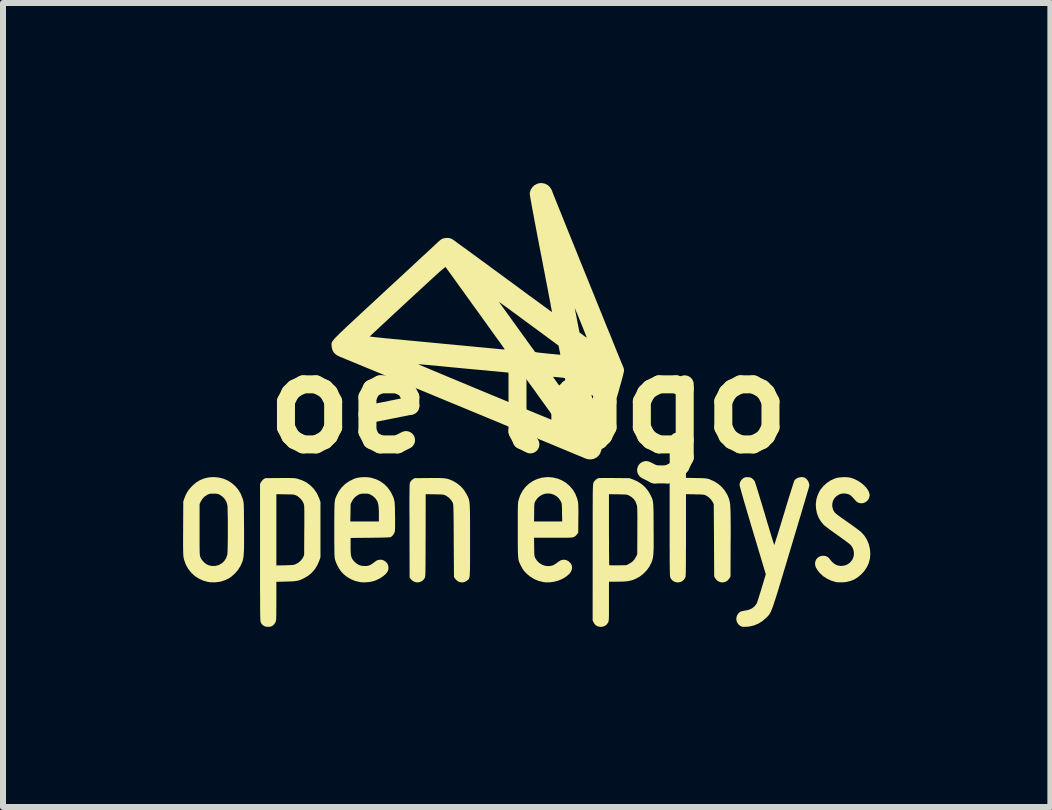
<source format=kicad_pcb>
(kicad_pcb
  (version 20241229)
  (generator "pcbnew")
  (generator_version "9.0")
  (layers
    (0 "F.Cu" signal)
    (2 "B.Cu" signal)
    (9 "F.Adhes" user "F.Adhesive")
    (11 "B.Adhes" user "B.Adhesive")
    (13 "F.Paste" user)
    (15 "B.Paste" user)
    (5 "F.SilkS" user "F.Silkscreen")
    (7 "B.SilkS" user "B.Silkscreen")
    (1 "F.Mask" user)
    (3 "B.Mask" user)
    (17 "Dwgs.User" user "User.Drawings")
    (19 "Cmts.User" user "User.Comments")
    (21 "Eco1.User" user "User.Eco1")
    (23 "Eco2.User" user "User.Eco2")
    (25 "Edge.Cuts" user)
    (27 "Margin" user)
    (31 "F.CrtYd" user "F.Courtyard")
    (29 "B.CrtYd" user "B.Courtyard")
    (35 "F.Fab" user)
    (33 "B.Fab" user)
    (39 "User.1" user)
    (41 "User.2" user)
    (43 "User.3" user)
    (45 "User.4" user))
  (footprint "oe logo"
    (layer "F.Cu")
    (at 5.75 3.675)
    (property "Reference" "oe logo" (at 0 0 0) (layer "F.SilkS") (effects (font (size 1.5 1.5) (thickness 0.3))))
    (attr board_only exclude_from_pos_files exclude_from_bom)
    (fp_poly (pts (xy -3.982 1.238) (xy -3.948 1.239) (xy -3.921 1.24) (xy -3.899 1.241) (xy -3.881 1.243) (xy -3.864 1.246) (xy -3.847 1.25) (xy -3.844 1.251) (xy -3.765 1.277) (xy -3.692 1.314) (xy -3.627 1.363) (xy -3.57 1.422) (xy -3.523 1.489) (xy -3.487 1.566) (xy -3.48 1.582) (xy -3.461 1.638) (xy -3.461 2.098) (xy -3.461 2.558) (xy -3.477 2.607) (xy -3.511 2.687) (xy -3.555 2.758) (xy -3.609 2.82) (xy -3.674 2.872) (xy -3.74 2.91) (xy -3.771 2.925) (xy -3.799 2.937) (xy -3.827 2.946) (xy -3.856 2.952) (xy -3.889 2.957) (xy -3.928 2.96) (xy -3.977 2.962) (xy -4.037 2.964) (xy -4.038 2.964) (xy -4.196 2.968) (xy -4.196 3.289) (xy -4.196 3.365) (xy -4.197 3.428) (xy -4.197 3.48) (xy -4.197 3.522) (xy -4.198 3.554) (xy -4.199 3.58) (xy -4.2 3.599) (xy -4.202 3.613) (xy -4.204 3.624) (xy -4.207 3.632) (xy -4.209 3.639) (xy -4.23 3.671) (xy -4.256 3.697) (xy -4.282 3.711) (xy -4.308 3.717) (xy -4.34 3.718) (xy -4.371 3.715) (xy -4.395 3.707) (xy -4.395 3.707) (xy -4.423 3.689) (xy -4.442 3.669) (xy -4.455 3.645) (xy -4.457 3.641) (xy -4.458 3.636) (xy -4.459 3.63) (xy -4.461 3.621) (xy -4.462 3.609) (xy -4.463 3.594) (xy -4.464 3.575) (xy -4.464 3.55) (xy -4.465 3.521) (xy -4.466 3.485) (xy -4.466 3.442) (xy -4.467 3.392) (xy -4.467 3.334) (xy -4.467 3.268) (xy -4.467 3.192) (xy -4.468 3.106) (xy -4.468 3.009) (xy -4.468 2.901) (xy -4.468 2.781) (xy -4.468 2.649) (xy -4.468 2.503) (xy -4.468 2.478) (xy -4.468 2.102) (xy -4.196 2.102) (xy -4.196 2.695) (xy -4.055 2.693) (xy -4.006 2.691) (xy -3.968 2.69) (xy -3.939 2.688) (xy -3.918 2.686) (xy -3.9 2.683) (xy -3.885 2.678) (xy -3.874 2.674) (xy -3.832 2.651) (xy -3.794 2.619) (xy -3.762 2.58) (xy -3.75 2.558) (xy -3.733 2.523) (xy -3.731 2.111) (xy -3.73 2.025) (xy -3.73 1.952) (xy -3.73 1.89) (xy -3.73 1.839) (xy -3.73 1.797) (xy -3.731 1.763) (xy -3.731 1.736) (xy -3.732 1.716) (xy -3.734 1.7) (xy -3.735 1.687) (xy -3.738 1.677) (xy -3.74 1.669) (xy -3.743 1.66) (xy -3.743 1.66) (xy -3.766 1.617) (xy -3.799 1.577) (xy -3.838 1.545) (xy -3.86 1.532) (xy -3.874 1.526) (xy -3.886 1.521) (xy -3.899 1.517) (xy -3.915 1.515) (xy -3.937 1.513) (xy -3.966 1.512) (xy -4.005 1.511) (xy -4.048 1.51) (xy -4.196 1.508) (xy -4.196 2.102) (xy -4.468 2.102) (xy -4.468 1.339) (xy -4.453 1.309) (xy -4.433 1.28) (xy -4.41 1.259) (xy -4.382 1.241) (xy -4.143 1.239) (xy -4.077 1.238) (xy -4.024 1.238)) (stroke (width 0) (type solid)) (fill yes) (layer "F.SilkS"))
    (fp_poly (pts (xy 5.311 1.225) (xy 5.356 1.231) (xy 5.367 1.233) (xy 5.425 1.252) (xy 5.481 1.279) (xy 5.534 1.311) (xy 5.581 1.348) (xy 5.621 1.388) (xy 5.654 1.43) (xy 5.676 1.472) (xy 5.687 1.512) (xy 5.688 1.527) (xy 5.681 1.565) (xy 5.665 1.599) (xy 5.64 1.626) (xy 5.61 1.646) (xy 5.575 1.658) (xy 5.539 1.66) (xy 5.504 1.652) (xy 5.472 1.634) (xy 5.46 1.622) (xy 5.428 1.586) (xy 5.403 1.559) (xy 5.384 1.54) (xy 5.368 1.527) (xy 5.355 1.518) (xy 5.342 1.512) (xy 5.327 1.507) (xy 5.326 1.506) (xy 5.271 1.496) (xy 5.222 1.499) (xy 5.182 1.512) (xy 5.137 1.539) (xy 5.102 1.575) (xy 5.078 1.617) (xy 5.066 1.663) (xy 5.065 1.712) (xy 5.077 1.76) (xy 5.084 1.776) (xy 5.09 1.788) (xy 5.096 1.798) (xy 5.104 1.809) (xy 5.114 1.82) (xy 5.127 1.832) (xy 5.146 1.847) (xy 5.17 1.866) (xy 5.202 1.889) (xy 5.241 1.917) (xy 5.29 1.951) (xy 5.346 1.99) (xy 5.391 2.022) (xy 5.434 2.053) (xy 5.473 2.082) (xy 5.507 2.107) (xy 5.533 2.128) (xy 5.549 2.142) (xy 5.55 2.142) (xy 5.602 2.201) (xy 5.643 2.267) (xy 5.674 2.341) (xy 5.693 2.421) (xy 5.699 2.501) (xy 5.693 2.58) (xy 5.673 2.656) (xy 5.64 2.727) (xy 5.595 2.793) (xy 5.553 2.839) (xy 5.492 2.891) (xy 5.429 2.93) (xy 5.363 2.956) (xy 5.29 2.972) (xy 5.235 2.977) (xy 5.2 2.977) (xy 5.168 2.976) (xy 5.141 2.974) (xy 5.131 2.973) (xy 5.052 2.95) (xy 4.979 2.916) (xy 4.913 2.873) (xy 4.856 2.82) (xy 4.817 2.771) (xy 4.791 2.726) (xy 4.779 2.684) (xy 4.779 2.645) (xy 4.792 2.606) (xy 4.797 2.596) (xy 4.82 2.568) (xy 4.851 2.548) (xy 4.886 2.536) (xy 4.924 2.534) (xy 4.96 2.54) (xy 4.992 2.556) (xy 5.014 2.577) (xy 5.051 2.624) (xy 5.087 2.658) (xy 5.122 2.682) (xy 5.159 2.696) (xy 5.2 2.703) (xy 5.217 2.703) (xy 5.27 2.697) (xy 5.318 2.678) (xy 5.36 2.648) (xy 5.394 2.607) (xy 5.407 2.584) (xy 5.423 2.537) (xy 5.426 2.487) (xy 5.418 2.437) (xy 5.399 2.391) (xy 5.369 2.351) (xy 5.365 2.348) (xy 5.352 2.337) (xy 5.33 2.319) (xy 5.299 2.296) (xy 5.261 2.268) (xy 5.219 2.238) (xy 5.173 2.205) (xy 5.145 2.185) (xy 5.098 2.152) (xy 5.053 2.119) (xy 5.012 2.089) (xy 4.977 2.062) (xy 4.949 2.04) (xy 4.929 2.025) (xy 4.923 2.019) (xy 4.874 1.96) (xy 4.836 1.895) (xy 4.81 1.825) (xy 4.795 1.751) (xy 4.791 1.676) (xy 4.799 1.601) (xy 4.82 1.528) (xy 4.852 1.459) (xy 4.865 1.438) (xy 4.914 1.376) (xy 4.973 1.322) (xy 5.039 1.278) (xy 5.111 1.245) (xy 5.116 1.244) (xy 5.157 1.233) (xy 5.207 1.227) (xy 5.26 1.224)) (stroke (width 0) (type solid)) (fill yes) (layer "F.SilkS"))
    (fp_poly (pts (xy -5.158 1.23) (xy -5.08 1.249) (xy -5.006 1.28) (xy -4.939 1.323) (xy -4.879 1.375) (xy -4.828 1.437) (xy -4.787 1.507) (xy -4.756 1.585) (xy -4.752 1.599) (xy -4.749 1.61) (xy -4.746 1.622) (xy -4.744 1.635) (xy -4.742 1.651) (xy -4.74 1.669) (xy -4.739 1.693) (xy -4.738 1.723) (xy -4.737 1.76) (xy -4.736 1.805) (xy -4.736 1.86) (xy -4.735 1.926) (xy -4.735 2.004) (xy -4.734 2.056) (xy -4.734 2.153) (xy -4.734 2.236) (xy -4.734 2.308) (xy -4.734 2.37) (xy -4.735 2.422) (xy -4.737 2.466) (xy -4.739 2.503) (xy -4.742 2.535) (xy -4.745 2.562) (xy -4.749 2.585) (xy -4.754 2.606) (xy -4.76 2.626) (xy -4.765 2.64) (xy -4.795 2.706) (xy -4.836 2.771) (xy -4.886 2.829) (xy -4.942 2.879) (xy -4.985 2.909) (xy -5.058 2.944) (xy -5.136 2.967) (xy -5.217 2.977) (xy -5.299 2.975) (xy -5.336 2.97) (xy -5.415 2.948) (xy -5.489 2.914) (xy -5.556 2.87) (xy -5.615 2.815) (xy -5.665 2.752) (xy -5.704 2.682) (xy -5.732 2.604) (xy -5.74 2.572) (xy -5.742 2.559) (xy -5.744 2.544) (xy -5.746 2.527) (xy -5.747 2.505) (xy -5.748 2.479) (xy -5.749 2.446) (xy -5.749 2.406) (xy -5.75 2.357) (xy -5.75 2.299) (xy -5.75 2.229) (xy -5.749 2.148) (xy -5.749 2.073) (xy -5.747 1.673) (xy -5.475 1.673) (xy -5.475 2.098) (xy -5.475 2.186) (xy -5.475 2.261) (xy -5.475 2.324) (xy -5.475 2.377) (xy -5.474 2.42) (xy -5.474 2.455) (xy -5.473 2.483) (xy -5.472 2.505) (xy -5.47 2.521) (xy -5.468 2.534) (xy -5.466 2.544) (xy -5.464 2.552) (xy -5.462 2.558) (xy -5.446 2.588) (xy -5.422 2.62) (xy -5.393 2.65) (xy -5.365 2.672) (xy -5.364 2.673) (xy -5.318 2.694) (xy -5.267 2.704) (xy -5.214 2.703) (xy -5.163 2.691) (xy -5.147 2.684) (xy -5.098 2.655) (xy -5.059 2.615) (xy -5.03 2.567) (xy -5.013 2.512) (xy -5.012 2.51) (xy -5.011 2.494) (xy -5.009 2.465) (xy -5.008 2.426) (xy -5.007 2.379) (xy -5.006 2.323) (xy -5.005 2.262) (xy -5.005 2.197) (xy -5.005 2.13) (xy -5.005 2.062) (xy -5.005 1.995) (xy -5.005 1.931) (xy -5.006 1.871) (xy -5.007 1.817) (xy -5.008 1.77) (xy -5.009 1.733) (xy -5.01 1.707) (xy -5.011 1.695) (xy -5.027 1.638) (xy -5.055 1.589) (xy -5.094 1.548) (xy -5.14 1.517) (xy -5.159 1.508) (xy -5.177 1.503) (xy -5.197 1.5) (xy -5.226 1.499) (xy -5.242 1.499) (xy -5.275 1.499) (xy -5.299 1.501) (xy -5.318 1.506) (xy -5.338 1.513) (xy -5.347 1.518) (xy -5.393 1.548) (xy -5.431 1.59) (xy -5.457 1.634) (xy -5.475 1.673) (xy -5.747 1.673) (xy -5.747 1.631) (xy -5.728 1.575) (xy -5.703 1.514) (xy -5.673 1.46) (xy -5.633 1.408) (xy -5.597 1.369) (xy -5.535 1.315) (xy -5.469 1.274) (xy -5.397 1.245) (xy -5.32 1.228) (xy -5.241 1.223)) (stroke (width 0) (type solid)) (fill yes) (layer "F.SilkS"))
    (fp_poly (pts (xy -1.522 1.238) (xy -1.471 1.239) (xy -1.43 1.241) (xy -1.395 1.244) (xy -1.365 1.248) (xy -1.338 1.254) (xy -1.314 1.262) (xy -1.289 1.272) (xy -1.262 1.284) (xy -1.258 1.286) (xy -1.186 1.327) (xy -1.122 1.379) (xy -1.068 1.441) (xy -1.024 1.513) (xy -1.021 1.52) (xy -1.012 1.537) (xy -1.004 1.553) (xy -0.998 1.568) (xy -0.992 1.583) (xy -0.987 1.6) (xy -0.983 1.619) (xy -0.979 1.641) (xy -0.977 1.667) (xy -0.974 1.698) (xy -0.973 1.735) (xy -0.971 1.78) (xy -0.97 1.832) (xy -0.97 1.893) (xy -0.969 1.964) (xy -0.969 2.045) (xy -0.969 2.139) (xy -0.969 2.245) (xy -0.969 2.278) (xy -0.969 2.385) (xy -0.969 2.48) (xy -0.969 2.562) (xy -0.969 2.634) (xy -0.97 2.694) (xy -0.97 2.746) (xy -0.971 2.788) (xy -0.973 2.823) (xy -0.974 2.852) (xy -0.976 2.874) (xy -0.979 2.891) (xy -0.983 2.905) (xy -0.987 2.915) (xy -0.991 2.923) (xy -0.997 2.929) (xy -1.003 2.935) (xy -1.011 2.941) (xy -1.013 2.943) (xy -1.049 2.966) (xy -1.088 2.978) (xy -1.128 2.976) (xy -1.166 2.963) (xy -1.199 2.938) (xy -1.219 2.915) (xy -1.237 2.887) (xy -1.241 2.283) (xy -1.241 2.178) (xy -1.242 2.085) (xy -1.242 2.005) (xy -1.243 1.936) (xy -1.244 1.877) (xy -1.244 1.827) (xy -1.245 1.786) (xy -1.246 1.753) (xy -1.247 1.726) (xy -1.248 1.705) (xy -1.249 1.689) (xy -1.251 1.676) (xy -1.252 1.667) (xy -1.254 1.659) (xy -1.257 1.653) (xy -1.259 1.647) (xy -1.259 1.647) (xy -1.285 1.605) (xy -1.321 1.567) (xy -1.362 1.537) (xy -1.372 1.532) (xy -1.386 1.525) (xy -1.398 1.521) (xy -1.411 1.517) (xy -1.427 1.515) (xy -1.449 1.513) (xy -1.479 1.512) (xy -1.518 1.511) (xy -1.56 1.51) (xy -1.708 1.508) (xy -1.709 2.193) (xy -1.71 2.306) (xy -1.71 2.406) (xy -1.71 2.494) (xy -1.711 2.57) (xy -1.711 2.635) (xy -1.711 2.691) (xy -1.712 2.738) (xy -1.712 2.777) (xy -1.713 2.809) (xy -1.714 2.835) (xy -1.715 2.855) (xy -1.716 2.87) (xy -1.718 2.881) (xy -1.719 2.89) (xy -1.721 2.897) (xy -1.723 2.902) (xy -1.726 2.906) (xy -1.726 2.907) (xy -1.75 2.94) (xy -1.783 2.963) (xy -1.821 2.976) (xy -1.861 2.977) (xy -1.901 2.966) (xy -1.906 2.963) (xy -1.932 2.946) (xy -1.953 2.926) (xy -1.959 2.919) (xy -1.976 2.894) (xy -1.978 2.114) (xy -1.978 1.993) (xy -1.978 1.886) (xy -1.979 1.79) (xy -1.979 1.706) (xy -1.979 1.633) (xy -1.979 1.57) (xy -1.978 1.517) (xy -1.978 1.471) (xy -1.978 1.434) (xy -1.977 1.403) (xy -1.976 1.378) (xy -1.976 1.358) (xy -1.974 1.343) (xy -1.973 1.332) (xy -1.972 1.323) (xy -1.97 1.317) (xy -1.968 1.312) (xy -1.966 1.307) (xy -1.966 1.307) (xy -1.951 1.286) (xy -1.93 1.265) (xy -1.922 1.26) (xy -1.893 1.241) (xy -1.656 1.239) (xy -1.583 1.238)) (stroke (width 0) (type solid)) (fill yes) (layer "F.SilkS"))
    (fp_poly (pts (xy 2.525 0.482) (xy 2.559 0.496) (xy 2.59 0.52) (xy 2.613 0.554) (xy 2.617 0.563) (xy 2.62 0.571) (xy 2.622 0.581) (xy 2.624 0.597) (xy 2.625 0.617) (xy 2.626 0.644) (xy 2.627 0.68) (xy 2.627 0.724) (xy 2.628 0.779) (xy 2.628 0.846) (xy 2.628 0.912) (xy 2.628 1.236) (xy 2.797 1.239) (xy 2.854 1.24) (xy 2.898 1.241) (xy 2.933 1.243) (xy 2.96 1.246) (xy 2.98 1.248) (xy 2.997 1.252) (xy 3.004 1.254) (xy 3.084 1.287) (xy 3.157 1.33) (xy 3.22 1.384) (xy 3.273 1.446) (xy 3.316 1.516) (xy 3.343 1.58) (xy 3.348 1.596) (xy 3.353 1.614) (xy 3.357 1.633) (xy 3.361 1.654) (xy 3.364 1.679) (xy 3.366 1.708) (xy 3.368 1.743) (xy 3.37 1.783) (xy 3.371 1.831) (xy 3.372 1.887) (xy 3.372 1.952) (xy 3.373 2.028) (xy 3.373 2.114) (xy 3.373 2.213) (xy 3.372 2.324) (xy 3.372 2.325) (xy 3.37 2.88) (xy 3.349 2.914) (xy 3.321 2.947) (xy 3.286 2.968) (xy 3.244 2.978) (xy 3.208 2.976) (xy 3.171 2.962) (xy 3.139 2.939) (xy 3.117 2.911) (xy 3.098 2.879) (xy 3.095 2.276) (xy 3.091 1.673) (xy 3.073 1.638) (xy 3.045 1.597) (xy 3.008 1.561) (xy 2.968 1.533) (xy 2.959 1.529) (xy 2.946 1.523) (xy 2.934 1.519) (xy 2.919 1.516) (xy 2.899 1.514) (xy 2.873 1.513) (xy 2.838 1.511) (xy 2.792 1.511) (xy 2.776 1.51) (xy 2.628 1.508) (xy 2.628 2.19) (xy 2.628 2.303) (xy 2.628 2.403) (xy 2.627 2.49) (xy 2.627 2.566) (xy 2.627 2.632) (xy 2.627 2.688) (xy 2.626 2.735) (xy 2.626 2.774) (xy 2.625 2.806) (xy 2.624 2.831) (xy 2.623 2.851) (xy 2.622 2.867) (xy 2.621 2.878) (xy 2.619 2.887) (xy 2.617 2.894) (xy 2.615 2.899) (xy 2.615 2.9) (xy 2.592 2.935) (xy 2.56 2.961) (xy 2.523 2.975) (xy 2.482 2.978) (xy 2.444 2.97) (xy 2.408 2.95) (xy 2.38 2.92) (xy 2.369 2.9) (xy 2.367 2.896) (xy 2.366 2.891) (xy 2.365 2.884) (xy 2.363 2.875) (xy 2.362 2.864) (xy 2.361 2.849) (xy 2.36 2.83) (xy 2.36 2.806) (xy 2.359 2.776) (xy 2.358 2.741) (xy 2.358 2.698) (xy 2.357 2.649) (xy 2.357 2.591) (xy 2.357 2.525) (xy 2.357 2.45) (xy 2.356 2.364) (xy 2.356 2.268) (xy 2.356 2.161) (xy 2.356 2.042) (xy 2.356 1.91) (xy 2.356 1.765) (xy 2.356 1.73) (xy 2.356 1.581) (xy 2.356 1.445) (xy 2.356 1.322) (xy 2.356 1.211) (xy 2.356 1.111) (xy 2.357 1.023) (xy 2.357 0.944) (xy 2.357 0.875) (xy 2.357 0.815) (xy 2.358 0.763) (xy 2.358 0.718) (xy 2.359 0.681) (xy 2.36 0.65) (xy 2.36 0.625) (xy 2.361 0.605) (xy 2.362 0.59) (xy 2.363 0.579) (xy 2.365 0.57) (xy 2.366 0.565) (xy 2.367 0.563) (xy 2.388 0.527) (xy 2.417 0.501) (xy 2.451 0.485) (xy 2.488 0.478)) (stroke (width 0) (type solid)) (fill yes) (layer "F.SilkS"))
    (fp_poly (pts (xy 4.6 1.23) (xy 4.607 1.233) (xy 4.636 1.255) (xy 4.66 1.285) (xy 4.676 1.32) (xy 4.683 1.355) (xy 4.682 1.373) (xy 4.679 1.382) (xy 4.673 1.404) (xy 4.664 1.437) (xy 4.65 1.482) (xy 4.634 1.536) (xy 4.615 1.601) (xy 4.593 1.674) (xy 4.569 1.756) (xy 4.543 1.845) (xy 4.514 1.94) (xy 4.484 2.041) (xy 4.452 2.148) (xy 4.419 2.259) (xy 4.385 2.373) (xy 4.377 2.398) (xy 4.335 2.538) (xy 4.297 2.666) (xy 4.262 2.781) (xy 4.231 2.886) (xy 4.203 2.979) (xy 4.177 3.063) (xy 4.155 3.137) (xy 4.134 3.202) (xy 4.116 3.259) (xy 4.1 3.308) (xy 4.086 3.351) (xy 4.073 3.388) (xy 4.061 3.419) (xy 4.051 3.445) (xy 4.041 3.467) (xy 4.032 3.485) (xy 4.023 3.5) (xy 4.014 3.513) (xy 4.006 3.525) (xy 3.997 3.535) (xy 3.987 3.545) (xy 3.977 3.556) (xy 3.966 3.566) (xy 3.902 3.622) (xy 3.833 3.665) (xy 3.759 3.695) (xy 3.681 3.713) (xy 3.635 3.717) (xy 3.602 3.718) (xy 3.579 3.718) (xy 3.563 3.715) (xy 3.548 3.71) (xy 3.534 3.703) (xy 3.503 3.679) (xy 3.48 3.645) (xy 3.468 3.607) (xy 3.467 3.573) (xy 3.477 3.532) (xy 3.497 3.498) (xy 3.526 3.471) (xy 3.535 3.466) (xy 3.554 3.459) (xy 3.582 3.453) (xy 3.612 3.447) (xy 3.616 3.447) (xy 3.676 3.434) (xy 3.727 3.411) (xy 3.769 3.378) (xy 3.802 3.336) (xy 3.807 3.326) (xy 3.812 3.313) (xy 3.821 3.288) (xy 3.833 3.253) (xy 3.846 3.211) (xy 3.861 3.162) (xy 3.878 3.109) (xy 3.889 3.071) (xy 3.958 2.843) (xy 3.739 2.111) (xy 3.708 2.008) (xy 3.679 1.909) (xy 3.651 1.816) (xy 3.626 1.729) (xy 3.602 1.649) (xy 3.581 1.576) (xy 3.563 1.513) (xy 3.548 1.459) (xy 3.536 1.415) (xy 3.527 1.382) (xy 3.522 1.361) (xy 3.52 1.353) (xy 3.527 1.314) (xy 3.545 1.279) (xy 3.573 1.249) (xy 3.582 1.243) (xy 3.601 1.232) (xy 3.618 1.226) (xy 3.637 1.224) (xy 3.661 1.225) (xy 3.689 1.227) (xy 3.708 1.232) (xy 3.725 1.241) (xy 3.734 1.249) (xy 3.753 1.266) (xy 3.768 1.284) (xy 3.772 1.29) (xy 3.776 1.3) (xy 3.783 1.322) (xy 3.794 1.355) (xy 3.808 1.399) (xy 3.824 1.451) (xy 3.843 1.512) (xy 3.863 1.58) (xy 3.886 1.653) (xy 3.909 1.731) (xy 3.934 1.813) (xy 3.939 1.83) (xy 3.963 1.912) (xy 3.986 1.99) (xy 4.009 2.064) (xy 4.029 2.131) (xy 4.047 2.191) (xy 4.063 2.244) (xy 4.076 2.287) (xy 4.087 2.321) (xy 4.094 2.343) (xy 4.098 2.354) (xy 4.098 2.354) (xy 4.1 2.348) (xy 4.107 2.33) (xy 4.117 2.301) (xy 4.129 2.261) (xy 4.145 2.212) (xy 4.163 2.154) (xy 4.183 2.089) (xy 4.205 2.018) (xy 4.228 1.941) (xy 4.253 1.859) (xy 4.263 1.828) (xy 4.288 1.744) (xy 4.312 1.664) (xy 4.335 1.589) (xy 4.357 1.519) (xy 4.377 1.456) (xy 4.394 1.401) (xy 4.409 1.354) (xy 4.421 1.318) (xy 4.43 1.292) (xy 4.436 1.278) (xy 4.437 1.276) (xy 4.46 1.253) (xy 4.493 1.235) (xy 4.53 1.225) (xy 4.567 1.223)) (stroke (width 0) (type solid)) (fill yes) (layer "F.SilkS"))
    (fp_poly (pts (xy 0.414 1.23) (xy 0.493 1.249) (xy 0.566 1.28) (xy 0.634 1.322) (xy 0.693 1.374) (xy 0.744 1.434) (xy 0.785 1.503) (xy 0.815 1.579) (xy 0.823 1.609) (xy 0.827 1.627) (xy 0.83 1.643) (xy 0.832 1.661) (xy 0.834 1.682) (xy 0.835 1.707) (xy 0.835 1.74) (xy 0.836 1.78) (xy 0.836 1.83) (xy 0.835 1.892) (xy 0.835 1.909) (xy 0.833 2.148) (xy 0.814 2.176) (xy 0.791 2.202) (xy 0.765 2.219) (xy 0.757 2.223) (xy 0.75 2.226) (xy 0.74 2.228) (xy 0.727 2.23) (xy 0.711 2.231) (xy 0.688 2.232) (xy 0.659 2.233) (xy 0.622 2.234) (xy 0.575 2.234) (xy 0.517 2.234) (xy 0.447 2.234) (xy 0.416 2.234) (xy 0.097 2.234) (xy 0.099 2.386) (xy 0.1 2.435) (xy 0.1 2.473) (xy 0.102 2.502) (xy 0.103 2.523) (xy 0.106 2.539) (xy 0.109 2.552) (xy 0.114 2.564) (xy 0.12 2.577) (xy 0.15 2.621) (xy 0.188 2.657) (xy 0.233 2.684) (xy 0.283 2.701) (xy 0.335 2.707) (xy 0.387 2.7) (xy 0.391 2.699) (xy 0.41 2.693) (xy 0.426 2.686) (xy 0.443 2.676) (xy 0.464 2.662) (xy 0.491 2.642) (xy 0.502 2.633) (xy 0.543 2.609) (xy 0.584 2.599) (xy 0.624 2.603) (xy 0.664 2.62) (xy 0.669 2.624) (xy 0.702 2.653) (xy 0.723 2.687) (xy 0.731 2.725) (xy 0.726 2.765) (xy 0.709 2.803) (xy 0.689 2.831) (xy 0.637 2.877) (xy 0.575 2.916) (xy 0.507 2.946) (xy 0.434 2.966) (xy 0.359 2.977) (xy 0.284 2.976) (xy 0.251 2.972) (xy 0.174 2.953) (xy 0.099 2.922) (xy 0.031 2.88) (xy -0.029 2.83) (xy -0.033 2.825) (xy -0.058 2.799) (xy -0.078 2.776) (xy -0.094 2.751) (xy -0.111 2.721) (xy -0.123 2.698) (xy -0.133 2.679) (xy -0.141 2.661) (xy -0.148 2.644) (xy -0.155 2.627) (xy -0.16 2.607) (xy -0.164 2.585) (xy -0.167 2.558) (xy -0.169 2.527) (xy -0.171 2.489) (xy -0.173 2.444) (xy -0.173 2.39) (xy -0.174 2.326) (xy -0.174 2.251) (xy -0.174 2.165) (xy -0.174 2.102) (xy -0.174 2.012) (xy -0.174 1.962) (xy 0.097 1.962) (xy 0.331 1.962) (xy 0.566 1.962) (xy 0.563 1.814) (xy 0.563 1.765) (xy 0.562 1.727) (xy 0.56 1.699) (xy 0.559 1.679) (xy 0.556 1.663) (xy 0.552 1.65) (xy 0.547 1.638) (xy 0.542 1.626) (xy 0.512 1.58) (xy 0.474 1.544) (xy 0.431 1.518) (xy 0.384 1.502) (xy 0.335 1.496) (xy 0.285 1.5) (xy 0.237 1.515) (xy 0.193 1.54) (xy 0.153 1.575) (xy 0.121 1.62) (xy 0.12 1.624) (xy 0.113 1.636) (xy 0.109 1.647) (xy 0.105 1.659) (xy 0.103 1.675) (xy 0.101 1.697) (xy 0.1 1.726) (xy 0.1 1.766) (xy 0.099 1.811) (xy 0.097 1.962) (xy -0.174 1.962) (xy -0.174 1.934) (xy -0.174 1.869) (xy -0.174 1.814) (xy -0.173 1.768) (xy -0.173 1.731) (xy -0.172 1.7) (xy -0.171 1.676) (xy -0.169 1.656) (xy -0.168 1.641) (xy -0.166 1.627) (xy -0.163 1.615) (xy -0.16 1.604) (xy -0.16 1.603) (xy -0.133 1.524) (xy -0.095 1.452) (xy -0.046 1.388) (xy 0.011 1.334) (xy 0.077 1.289) (xy 0.149 1.256) (xy 0.227 1.233) (xy 0.31 1.224) (xy 0.331 1.223)) (stroke (width 0) (type solid)) (fill yes) (layer "F.SilkS"))
    (fp_poly (pts (xy 1.393 1.238) (xy 1.44 1.239) (xy 1.683 1.241) (xy 1.739 1.26) (xy 1.819 1.295) (xy 1.89 1.34) (xy 1.951 1.395) (xy 2.002 1.46) (xy 2.04 1.527) (xy 2.049 1.547) (xy 2.057 1.564) (xy 2.064 1.581) (xy 2.07 1.598) (xy 2.075 1.617) (xy 2.078 1.638) (xy 2.081 1.664) (xy 2.084 1.694) (xy 2.085 1.731) (xy 2.087 1.776) (xy 2.088 1.829) (xy 2.088 1.893) (xy 2.089 1.967) (xy 2.089 2.055) (xy 2.089 2.068) (xy 2.09 2.163) (xy 2.09 2.245) (xy 2.09 2.315) (xy 2.09 2.375) (xy 2.089 2.426) (xy 2.087 2.469) (xy 2.085 2.505) (xy 2.082 2.535) (xy 2.078 2.561) (xy 2.074 2.583) (xy 2.068 2.603) (xy 2.062 2.623) (xy 2.054 2.643) (xy 2.053 2.647) (xy 2.019 2.714) (xy 1.974 2.776) (xy 1.92 2.832) (xy 1.859 2.88) (xy 1.793 2.917) (xy 1.743 2.937) (xy 1.707 2.947) (xy 1.671 2.955) (xy 1.63 2.96) (xy 1.583 2.964) (xy 1.526 2.965) (xy 1.472 2.966) (xy 1.345 2.966) (xy 1.345 3.291) (xy 1.345 3.367) (xy 1.345 3.43) (xy 1.345 3.482) (xy 1.345 3.524) (xy 1.344 3.557) (xy 1.343 3.582) (xy 1.342 3.602) (xy 1.34 3.616) (xy 1.338 3.627) (xy 1.336 3.636) (xy 1.332 3.643) (xy 1.33 3.648) (xy 1.307 3.68) (xy 1.276 3.703) (xy 1.239 3.716) (xy 1.199 3.719) (xy 1.159 3.71) (xy 1.143 3.702) (xy 1.119 3.686) (xy 1.101 3.664) (xy 1.093 3.649) (xy 1.073 3.613) (xy 1.074 2.479) (xy 1.074 2.332) (xy 1.074 2.197) (xy 1.074 2.096) (xy 1.345 2.096) (xy 1.345 2.186) (xy 1.346 2.271) (xy 1.346 2.351) (xy 1.346 2.426) (xy 1.347 2.493) (xy 1.347 2.552) (xy 1.348 2.602) (xy 1.348 2.642) (xy 1.349 2.67) (xy 1.35 2.686) (xy 1.351 2.69) (xy 1.359 2.692) (xy 1.379 2.693) (xy 1.408 2.693) (xy 1.445 2.693) (xy 1.487 2.693) (xy 1.495 2.693) (xy 1.635 2.691) (xy 1.681 2.668) (xy 1.73 2.637) (xy 1.768 2.597) (xy 1.797 2.549) (xy 1.816 2.509) (xy 1.818 2.12) (xy 1.818 2.035) (xy 1.818 1.962) (xy 1.819 1.901) (xy 1.818 1.851) (xy 1.818 1.809) (xy 1.817 1.776) (xy 1.816 1.749) (xy 1.815 1.728) (xy 1.813 1.712) (xy 1.811 1.699) (xy 1.809 1.688) (xy 1.789 1.634) (xy 1.758 1.588) (xy 1.716 1.552) (xy 1.68 1.531) (xy 1.667 1.525) (xy 1.654 1.52) (xy 1.641 1.517) (xy 1.624 1.514) (xy 1.601 1.513) (xy 1.57 1.512) (xy 1.529 1.511) (xy 1.493 1.51) (xy 1.345 1.508) (xy 1.345 2.096) (xy 1.074 2.096) (xy 1.074 2.076) (xy 1.074 1.967) (xy 1.074 1.869) (xy 1.074 1.781) (xy 1.074 1.704) (xy 1.075 1.636) (xy 1.075 1.577) (xy 1.075 1.526) (xy 1.076 1.482) (xy 1.076 1.446) (xy 1.077 1.415) (xy 1.078 1.391) (xy 1.079 1.371) (xy 1.08 1.355) (xy 1.081 1.343) (xy 1.082 1.334) (xy 1.083 1.327) (xy 1.085 1.322) (xy 1.086 1.317) (xy 1.086 1.317) (xy 1.104 1.289) (xy 1.128 1.265) (xy 1.155 1.247) (xy 1.173 1.241) (xy 1.185 1.24) (xy 1.21 1.239) (xy 1.244 1.238) (xy 1.288 1.238) (xy 1.338 1.238)) (stroke (width 0) (type solid)) (fill yes) (layer "F.SilkS"))
    (fp_poly (pts (xy -2.67 1.226) (xy -2.621 1.233) (xy -2.617 1.234) (xy -2.537 1.258) (xy -2.464 1.294) (xy -2.398 1.341) (xy -2.341 1.398) (xy -2.294 1.464) (xy -2.275 1.499) (xy -2.262 1.527) (xy -2.25 1.552) (xy -2.241 1.575) (xy -2.235 1.599) (xy -2.229 1.624) (xy -2.225 1.654) (xy -2.223 1.689) (xy -2.221 1.732) (xy -2.22 1.785) (xy -2.219 1.848) (xy -2.218 1.876) (xy -2.218 1.952) (xy -2.218 2.015) (xy -2.218 2.064) (xy -2.22 2.101) (xy -2.222 2.126) (xy -2.223 2.135) (xy -2.236 2.164) (xy -2.255 2.192) (xy -2.279 2.215) (xy -2.289 2.222) (xy -2.297 2.224) (xy -2.314 2.226) (xy -2.34 2.228) (xy -2.377 2.229) (xy -2.425 2.231) (xy -2.484 2.232) (xy -2.556 2.233) (xy -2.631 2.234) (xy -2.959 2.237) (xy -2.959 2.377) (xy -2.959 2.434) (xy -2.957 2.48) (xy -2.954 2.516) (xy -2.948 2.545) (xy -2.94 2.569) (xy -2.929 2.59) (xy -2.914 2.61) (xy -2.899 2.628) (xy -2.86 2.664) (xy -2.819 2.688) (xy -2.773 2.701) (xy -2.725 2.704) (xy -2.694 2.704) (xy -2.671 2.701) (xy -2.652 2.696) (xy -2.631 2.686) (xy -2.629 2.685) (xy -2.601 2.669) (xy -2.572 2.648) (xy -2.56 2.638) (xy -2.522 2.612) (xy -2.481 2.6) (xy -2.441 2.6) (xy -2.401 2.614) (xy -2.382 2.627) (xy -2.352 2.656) (xy -2.335 2.689) (xy -2.328 2.73) (xy -2.328 2.736) (xy -2.333 2.773) (xy -2.349 2.807) (xy -2.376 2.84) (xy -2.412 2.871) (xy -2.476 2.913) (xy -2.541 2.944) (xy -2.587 2.959) (xy -2.628 2.968) (xy -2.676 2.974) (xy -2.726 2.977) (xy -2.771 2.976) (xy -2.799 2.973) (xy -2.878 2.955) (xy -2.953 2.925) (xy -3.021 2.885) (xy -3.081 2.836) (xy -3.119 2.793) (xy -3.149 2.751) (xy -3.177 2.701) (xy -3.201 2.649) (xy -3.218 2.6) (xy -3.219 2.596) (xy -3.221 2.586) (xy -3.223 2.575) (xy -3.225 2.561) (xy -3.226 2.543) (xy -3.228 2.521) (xy -3.229 2.493) (xy -3.229 2.459) (xy -3.23 2.416) (xy -3.23 2.364) (xy -3.231 2.302) (xy -3.231 2.229) (xy -3.231 2.144) (xy -3.231 2.102) (xy -3.231 2.008) (xy -3.231 1.962) (xy -2.964 1.962) (xy -2.726 1.962) (xy -2.488 1.962) (xy -2.488 1.841) (xy -2.489 1.779) (xy -2.492 1.729) (xy -2.496 1.69) (xy -2.502 1.658) (xy -2.511 1.632) (xy -2.515 1.624) (xy -2.544 1.58) (xy -2.584 1.542) (xy -2.615 1.523) (xy -2.637 1.511) (xy -2.655 1.504) (xy -2.673 1.5) (xy -2.696 1.499) (xy -2.725 1.499) (xy -2.76 1.499) (xy -2.785 1.502) (xy -2.804 1.507) (xy -2.823 1.514) (xy -2.824 1.515) (xy -2.872 1.545) (xy -2.91 1.584) (xy -2.936 1.626) (xy -2.959 1.673) (xy -2.961 1.817) (xy -2.964 1.962) (xy -3.231 1.962) (xy -3.231 1.928) (xy -3.23 1.859) (xy -3.23 1.8) (xy -3.229 1.751) (xy -3.228 1.71) (xy -3.227 1.677) (xy -3.225 1.649) (xy -3.222 1.626) (xy -3.219 1.606) (xy -3.215 1.589) (xy -3.21 1.574) (xy -3.204 1.558) (xy -3.198 1.542) (xy -3.194 1.534) (xy -3.156 1.46) (xy -3.107 1.394) (xy -3.048 1.337) (xy -2.98 1.29) (xy -2.903 1.253) (xy -2.879 1.244) (xy -2.835 1.233) (xy -2.782 1.226) (xy -2.725 1.224)) (stroke (width 0) (type solid)) (fill yes) (layer "F.SilkS"))
    (fp_poly (pts (xy 0.278 -3.665) (xy 0.323 -3.643) (xy 0.359 -3.61) (xy 0.387 -3.568) (xy 0.396 -3.546) (xy 0.4 -3.536) (xy 0.409 -3.513) (xy 0.422 -3.479) (xy 0.44 -3.434) (xy 0.462 -3.379) (xy 0.488 -3.315) (xy 0.517 -3.242) (xy 0.55 -3.161) (xy 0.585 -3.074) (xy 0.623 -2.979) (xy 0.663 -2.879) (xy 0.706 -2.774) (xy 0.75 -2.665) (xy 0.796 -2.552) (xy 0.842 -2.436) (xy 0.89 -2.318) (xy 0.938 -2.199) (xy 0.987 -2.079) (xy 1.035 -1.959) (xy 1.084 -1.84) (xy 1.131 -1.722) (xy 1.178 -1.607) (xy 1.224 -1.494) (xy 1.268 -1.385) (xy 1.31 -1.28) (xy 1.351 -1.181) (xy 1.389 -1.087) (xy 1.424 -1) (xy 1.457 -0.919) (xy 1.486 -0.847) (xy 1.512 -0.784) (xy 1.534 -0.73) (xy 1.552 -0.686) (xy 1.566 -0.652) (xy 1.575 -0.631) (xy 1.579 -0.622) (xy 1.59 -0.594) (xy 1.595 -0.571) (xy 1.595 -0.543) (xy 1.595 -0.538) (xy 1.592 -0.525) (xy 1.586 -0.5) (xy 1.577 -0.464) (xy 1.565 -0.417) (xy 1.55 -0.362) (xy 1.532 -0.3) (xy 1.513 -0.23) (xy 1.492 -0.156) (xy 1.469 -0.077) (xy 1.446 0.005) (xy 1.421 0.089) (xy 1.397 0.173) (xy 1.372 0.257) (xy 1.348 0.34) (xy 1.324 0.42) (xy 1.302 0.497) (xy 1.28 0.568) (xy 1.261 0.633) (xy 1.243 0.692) (xy 1.228 0.741) (xy 1.215 0.782) (xy 1.205 0.811) (xy 1.198 0.829) (xy 1.197 0.833) (xy 1.169 0.871) (xy 1.133 0.9) (xy 1.09 0.92) (xy 1.044 0.929) (xy 0.996 0.926) (xy 0.955 0.914) (xy 0.938 0.907) (xy 0.908 0.894) (xy 0.868 0.877) (xy 0.816 0.856) (xy 0.755 0.831) (xy 0.684 0.801) (xy 0.605 0.768) (xy 0.517 0.732) (xy 0.421 0.692) (xy 0.318 0.649) (xy 0.209 0.604) (xy 0.094 0.556) (xy -0.027 0.506) (xy -0.152 0.454) (xy -0.281 0.401) (xy -0.414 0.346) (xy -0.549 0.289) (xy -0.687 0.232) (xy -0.827 0.174) (xy -0.968 0.116) (xy -1.109 0.057) (xy -1.25 -0.001) (xy -1.391 -0.059) (xy -1.53 -0.117) (xy -1.668 -0.174) (xy -1.803 -0.23) (xy -1.935 -0.285) (xy -2.063 -0.338) (xy -2.187 -0.389) (xy -2.306 -0.438) (xy -2.419 -0.485) (xy -2.527 -0.53) (xy -2.628 -0.572) (xy -2.722 -0.61) (xy -2.807 -0.646) (xy -2.835 -0.657) (xy -1.834 -0.657) (xy -1.828 -0.654) (xy -1.81 -0.647) (xy -1.781 -0.634) (xy -1.741 -0.617) (xy -1.692 -0.597) (xy -1.633 -0.572) (xy -1.567 -0.544) (xy -1.493 -0.513) (xy -1.412 -0.479) (xy -1.326 -0.443) (xy -1.234 -0.405) (xy -1.138 -0.365) (xy -1.039 -0.324) (xy -0.937 -0.281) (xy -0.833 -0.238) (xy -0.728 -0.194) (xy -0.622 -0.15) (xy -0.517 -0.107) (xy -0.413 -0.064) (xy -0.312 -0.021) (xy -0.212 0.02) (xy -0.117 0.059) (xy -0.026 0.097) (xy 0.06 0.133) (xy 0.141 0.166) (xy 0.214 0.196) (xy 0.28 0.223) (xy 0.338 0.247) (xy 0.387 0.267) (xy 0.426 0.283) (xy 0.455 0.295) (xy 0.472 0.301) (xy 0.477 0.303) (xy 0.477 0.298) (xy 0.47 0.286) (xy 0.465 0.281) (xy 0.453 0.264) (xy 0.436 0.241) (xy 0.418 0.215) (xy 0.414 0.209) (xy 0.399 0.189) (xy 0.378 0.16) (xy 0.353 0.124) (xy 0.324 0.085) (xy 0.295 0.044) (xy 0.286 0.031) (xy 0.257 -0.009) (xy 0.228 -0.048) (xy 0.202 -0.085) (xy 0.18 -0.115) (xy 0.164 -0.138) (xy 0.16 -0.143) (xy 0.112 -0.211) (xy 0.067 -0.273) (xy 0.026 -0.329) (xy -0.009 -0.378) (xy -0.039 -0.419) (xy -0.06 -0.447) (xy 0.414 -0.447) (xy 0.417 -0.441) (xy 0.428 -0.426) (xy 0.445 -0.402) (xy 0.467 -0.37) (xy 0.494 -0.333) (xy 0.524 -0.291) (xy 0.542 -0.266) (xy 0.573 -0.223) (xy 0.602 -0.183) (xy 0.628 -0.149) (xy 0.648 -0.121) (xy 0.663 -0.101) (xy 0.672 -0.09) (xy 0.673 -0.089) (xy 0.673 -0.096) (xy 0.67 -0.115) (xy 0.665 -0.144) (xy 0.658 -0.181) (xy 0.65 -0.224) (xy 0.643 -0.258) (xy 0.634 -0.305) (xy 0.626 -0.346) (xy 0.619 -0.381) (xy 0.618 -0.389) (xy 1.011 -0.389) (xy 1.011 -0.382) (xy 1.014 -0.363) (xy 1.019 -0.335) (xy 1.025 -0.3) (xy 1.031 -0.266) (xy 1.042 -0.21) (xy 1.05 -0.165) (xy 1.057 -0.132) (xy 1.062 -0.108) (xy 1.066 -0.093) (xy 1.068 -0.084) (xy 1.07 -0.081) (xy 1.07 -0.081) (xy 1.072 -0.088) (xy 1.078 -0.107) (xy 1.087 -0.135) (xy 1.097 -0.17) (xy 1.109 -0.211) (xy 1.115 -0.229) (xy 1.127 -0.272) (xy 1.138 -0.31) (xy 1.146 -0.341) (xy 1.152 -0.363) (xy 1.155 -0.375) (xy 1.155 -0.377) (xy 1.148 -0.378) (xy 1.13 -0.38) (xy 1.105 -0.383) (xy 1.078 -0.385) (xy 1.051 -0.387) (xy 1.029 -0.389) (xy 1.015 -0.389) (xy 1.011 -0.389) (xy 0.618 -0.389) (xy 0.614 -0.407) (xy 0.611 -0.423) (xy 0.61 -0.427) (xy 0.603 -0.428) (xy 0.585 -0.431) (xy 0.56 -0.434) (xy 0.529 -0.437) (xy 0.497 -0.44) (xy 0.467 -0.443) (xy 0.441 -0.445) (xy 0.422 -0.447) (xy 0.414 -0.447) (xy 0.414 -0.447) (xy -0.06 -0.447) (xy -0.062 -0.45) (xy -0.079 -0.472) (xy -0.088 -0.484) (xy -0.09 -0.485) (xy -0.094 -0.488) (xy -0.102 -0.49) (xy -0.115 -0.493) (xy -0.135 -0.496) (xy -0.161 -0.499) (xy -0.194 -0.503) (xy -0.236 -0.508) (xy -0.286 -0.513) (xy -0.347 -0.519) (xy -0.418 -0.526) (xy -0.501 -0.534) (xy -0.596 -0.543) (xy -0.704 -0.553) (xy -0.711 -0.554) (xy -0.802 -0.562) (xy -0.89 -0.57) (xy -0.974 -0.578) (xy -1.051 -0.585) (xy -1.122 -0.592) (xy -1.186 -0.598) (xy -1.24 -0.603) (xy -1.285 -0.607) (xy -1.319 -0.611) (xy -1.34 -0.613) (xy -1.349 -0.613) (xy -1.376 -0.616) (xy -1.413 -0.62) (xy -1.456 -0.624) (xy -1.503 -0.629) (xy -1.554 -0.634) (xy -1.606 -0.638) (xy -1.656 -0.643) (xy -1.704 -0.647) (xy -1.747 -0.651) (xy -1.784 -0.654) (xy -1.811 -0.656) (xy -1.829 -0.657) (xy -1.834 -0.657) (xy -2.835 -0.657) (xy -2.885 -0.678) (xy -2.953 -0.706) (xy -3.012 -0.73) (xy -3.06 -0.75) (xy -3.098 -0.766) (xy -3.124 -0.776) (xy -3.138 -0.782) (xy -3.14 -0.783) (xy -3.19 -0.808) (xy -3.229 -0.841) (xy -3.257 -0.882) (xy -3.272 -0.929) (xy -3.276 -0.971) (xy -3.276 -0.98) (xy -3.277 -0.989) (xy -3.277 -0.998) (xy -3.276 -1.006) (xy -3.274 -1.015) (xy -3.27 -1.024) (xy -3.264 -1.035) (xy -3.255 -1.048) (xy -3.244 -1.062) (xy -3.229 -1.08) (xy -3.21 -1.101) (xy -3.192 -1.119) (xy -2.64 -1.119) (xy -2.634 -1.118) (xy -2.615 -1.115) (xy -2.584 -1.112) (xy -2.544 -1.107) (xy -2.494 -1.102) (xy -2.436 -1.096) (xy -2.372 -1.089) (xy -2.303 -1.083) (xy -2.246 -1.077) (xy -2.18 -1.071) (xy -2.102 -1.064) (xy -2.014 -1.055) (xy -1.917 -1.046) (xy -1.813 -1.036) (xy -1.703 -1.026) (xy -1.591 -1.015) (xy -1.476 -1.004) (xy -1.362 -0.993) (xy -1.25 -0.983) (xy -1.141 -0.972) (xy -1.14 -0.972) (xy -1.041 -0.963) (xy -0.946 -0.954) (xy -0.856 -0.945) (xy -0.771 -0.937) (xy -0.693 -0.93) (xy -0.623 -0.923) (xy -0.56 -0.917) (xy -0.507 -0.912) (xy -0.465 -0.908) (xy -0.434 -0.906) (xy -0.415 -0.904) (xy -0.409 -0.903) (xy -0.396 -0.905) (xy -0.394 -0.911) (xy -0.395 -0.911) (xy -0.4 -0.919) (xy -0.412 -0.937) (xy -0.432 -0.964) (xy -0.458 -1) (xy -0.489 -1.044) (xy -0.526 -1.095) (xy -0.567 -1.152) (xy -0.612 -1.214) (xy -0.66 -1.281) (xy -0.71 -1.352) (xy -0.763 -1.425) (xy -0.817 -1.5) (xy -0.872 -1.576) (xy -0.927 -1.652) (xy -0.957 -1.694) (xy -0.486 -1.694) (xy -0.486 -1.693) (xy -0.484 -1.69) (xy -0.484 -1.69) (xy -0.478 -1.683) (xy -0.465 -1.665) (xy -0.446 -1.638) (xy -0.42 -1.602) (xy -0.389 -1.559) (xy -0.353 -1.509) (xy -0.313 -1.454) (xy -0.27 -1.393) (xy -0.223 -1.329) (xy -0.185 -1.276) (xy -0.137 -1.209) (xy -0.091 -1.145) (xy -0.048 -1.086) (xy -0.009 -1.031) (xy 0.026 -0.983) (xy 0.056 -0.941) (xy 0.081 -0.908) (xy 0.099 -0.883) (xy 0.11 -0.867) (xy 0.114 -0.863) (xy 0.124 -0.859) (xy 0.146 -0.855) (xy 0.181 -0.85) (xy 0.228 -0.845) (xy 0.285 -0.839) (xy 0.328 -0.834) (xy 0.38 -0.829) (xy 0.427 -0.825) (xy 0.467 -0.821) (xy 0.5 -0.818) (xy 0.523 -0.816) (xy 0.534 -0.815) (xy 0.534 -0.815) (xy 0.534 -0.822) (xy 0.531 -0.839) (xy 0.526 -0.865) (xy 0.52 -0.892) (xy 0.505 -0.968) (xy 0.038 -1.312) (xy -0.051 -1.377) (xy -0.129 -1.435) (xy -0.198 -1.486) (xy -0.258 -1.529) (xy -0.308 -1.567) (xy -0.351 -1.598) (xy -0.387 -1.624) (xy -0.416 -1.645) (xy -0.439 -1.662) (xy -0.456 -1.674) (xy -0.469 -1.683) (xy -0.478 -1.689) (xy -0.483 -1.693) (xy -0.486 -1.694) (xy -0.486 -1.694) (xy -0.957 -1.694) (xy -0.981 -1.728) (xy -1.035 -1.802) (xy -1.086 -1.874) (xy -1.136 -1.942) (xy -1.182 -2.007) (xy -1.225 -2.066) (xy -1.264 -2.12) (xy -1.298 -2.167) (xy -1.327 -2.207) (xy -1.35 -2.238) (xy -1.366 -2.261) (xy -1.375 -2.273) (xy -1.377 -2.275) (xy -1.379 -2.275) (xy -1.385 -2.272) (xy -1.394 -2.266) (xy -1.407 -2.255) (xy -1.425 -2.241) (xy -1.448 -2.221) (xy -1.476 -2.197) (xy -1.51 -2.166) (xy -1.55 -2.13) (xy -1.598 -2.086) (xy -1.652 -2.036) (xy -1.715 -1.978) (xy -1.786 -1.913) (xy -1.866 -1.839) (xy -1.956 -1.756) (xy -2.012 -1.704) (xy -2.091 -1.631) (xy -2.167 -1.56) (xy -2.24 -1.493) (xy -2.309 -1.429) (xy -2.373 -1.369) (xy -2.432 -1.315) (xy -2.484 -1.266) (xy -2.53 -1.223) (xy -2.569 -1.187) (xy -2.6 -1.157) (xy -2.623 -1.136) (xy -2.636 -1.123) (xy -2.64 -1.119) (xy -3.192 -1.119) (xy -3.186 -1.125) (xy -3.158 -1.153) (xy -3.125 -1.186) (xy -3.085 -1.223) (xy -3.04 -1.267) (xy -2.988 -1.316) (xy -2.928 -1.371) (xy -2.861 -1.433) (xy -2.787 -1.503) (xy -2.703 -1.58) (xy -2.611 -1.665) (xy -2.509 -1.759) (xy -2.413 -1.849) (xy -2.32 -1.935) (xy -2.229 -2.019) (xy -2.141 -2.1) (xy -2.057 -2.178) (xy -1.976 -2.253) (xy -1.9 -2.324) (xy -1.829 -2.39) (xy -1.763 -2.451) (xy -1.704 -2.505) (xy -1.651 -2.554) (xy -1.606 -2.596) (xy -1.57 -2.63) (xy -1.541 -2.657) (xy -1.522 -2.674) (xy -1.515 -2.681) (xy -1.486 -2.708) (xy -1.463 -2.727) (xy -1.445 -2.74) (xy -1.427 -2.748) (xy -1.411 -2.754) (xy -1.362 -2.762) (xy -1.315 -2.759) (xy -1.273 -2.745) (xy -1.271 -2.744) (xy -1.263 -2.738) (xy -1.243 -2.725) (xy -1.214 -2.704) (xy -1.176 -2.676) (xy -1.129 -2.642) (xy -1.074 -2.602) (xy -1.011 -2.556) (xy -0.942 -2.506) (xy -0.867 -2.451) (xy -0.787 -2.392) (xy -0.701 -2.33) (xy -0.612 -2.264) (xy -0.519 -2.196) (xy -0.425 -2.127) (xy -0.33 -2.057) (xy -0.238 -1.99) (xy -0.15 -1.925) (xy -0.066 -1.863) (xy 0.012 -1.805) (xy 0.086 -1.752) (xy 0.153 -1.703) (xy 0.213 -1.659) (xy 0.266 -1.62) (xy 0.31 -1.588) (xy 0.346 -1.561) (xy 0.373 -1.542) (xy 0.39 -1.53) (xy 0.396 -1.526) (xy 0.396 -1.526) (xy 0.395 -1.533) (xy 0.391 -1.553) (xy 0.385 -1.585) (xy 0.385 -1.589) (xy 0.776 -1.589) (xy 0.778 -1.579) (xy 0.782 -1.557) (xy 0.788 -1.525) (xy 0.796 -1.485) (xy 0.805 -1.439) (xy 0.815 -1.388) (xy 0.816 -1.381) (xy 0.854 -1.187) (xy 0.913 -1.143) (xy 0.937 -1.125) (xy 0.957 -1.111) (xy 0.971 -1.103) (xy 0.975 -1.101) (xy 0.972 -1.108) (xy 0.966 -1.126) (xy 0.955 -1.154) (xy 0.94 -1.191) (xy 0.922 -1.236) (xy 0.902 -1.286) (xy 0.88 -1.34) (xy 0.875 -1.353) (xy 0.852 -1.408) (xy 0.832 -1.458) (xy 0.814 -1.502) (xy 0.798 -1.538) (xy 0.787 -1.566) (xy 0.779 -1.583) (xy 0.776 -1.59) (xy 0.776 -1.589) (xy 0.385 -1.589) (xy 0.377 -1.629) (xy 0.367 -1.683) (xy 0.355 -1.746) (xy 0.341 -1.819) (xy 0.326 -1.901) (xy 0.309 -1.989) (xy 0.29 -2.085) (xy 0.271 -2.187) (xy 0.25 -2.293) (xy 0.229 -2.405) (xy 0.209 -2.507) (xy 0.18 -2.655) (xy 0.154 -2.79) (xy 0.131 -2.913) (xy 0.11 -3.022) (xy 0.092 -3.12) (xy 0.076 -3.205) (xy 0.062 -3.28) (xy 0.051 -3.343) (xy 0.041 -3.395) (xy 0.034 -3.438) (xy 0.029 -3.47) (xy 0.026 -3.492) (xy 0.025 -3.506) (xy 0.025 -3.51) (xy 0.04 -3.56) (xy 0.066 -3.603) (xy 0.1 -3.637) (xy 0.142 -3.661) (xy 0.188 -3.674) (xy 0.229 -3.675)) (stroke (width 0) (type solid)) (fill yes) (layer "F.SilkS")))
  (gr_rect
    (start -3 -3)
    (end 14.449 10.394)
    (stroke (width 0.1) (type default))
    (fill no)
    (layer "Edge.Cuts")))
</source>
